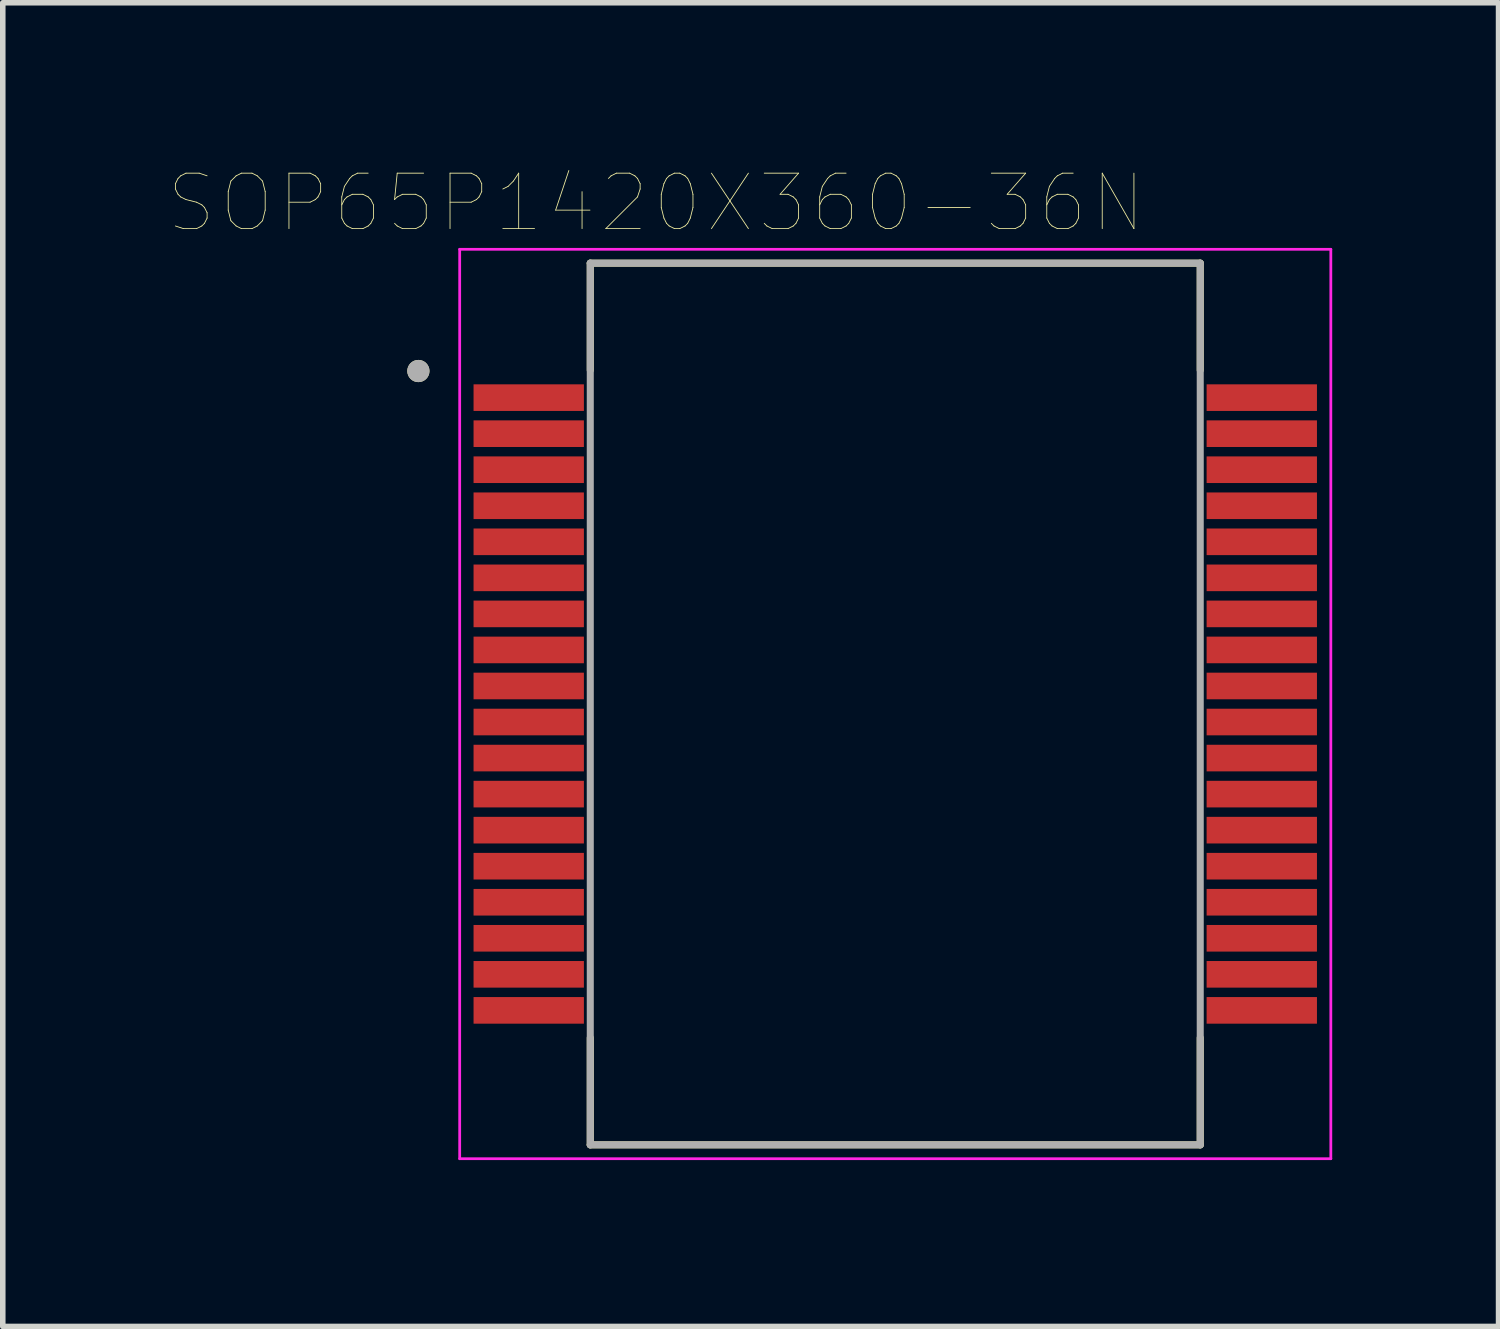
<source format=kicad_pcb>
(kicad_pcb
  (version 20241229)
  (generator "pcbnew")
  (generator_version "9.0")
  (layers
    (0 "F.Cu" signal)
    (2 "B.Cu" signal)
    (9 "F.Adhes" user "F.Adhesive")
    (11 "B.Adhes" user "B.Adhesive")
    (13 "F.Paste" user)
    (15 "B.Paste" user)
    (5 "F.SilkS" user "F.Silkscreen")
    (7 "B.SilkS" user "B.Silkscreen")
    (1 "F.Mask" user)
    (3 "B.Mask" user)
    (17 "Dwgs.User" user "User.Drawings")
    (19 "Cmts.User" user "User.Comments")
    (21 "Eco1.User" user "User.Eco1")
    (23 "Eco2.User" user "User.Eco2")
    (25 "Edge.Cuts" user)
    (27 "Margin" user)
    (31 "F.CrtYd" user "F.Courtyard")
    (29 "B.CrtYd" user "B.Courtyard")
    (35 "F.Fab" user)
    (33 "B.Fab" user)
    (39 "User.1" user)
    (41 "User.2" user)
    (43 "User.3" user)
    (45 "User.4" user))
  (footprint "SOP65P1420X360-36N"
    (layer "F.Cu")
    (at 13.095 9.646)
    (property "Reference" "SOP65P1420X360-36N" (at -4.315 -9.035 0) (layer "F.SilkS") (effects (font (size 1 1) (thickness 0.015))))
    (attr through_hole)
    (fp_line (start -5.5 -7.95) (end -5.5 -6.02) (stroke (width 0.127) (type solid)) (layer "F.SilkS"))
    (fp_line (start -5.5 -7.95) (end 5.5 -7.95) (stroke (width 0.127) (type solid)) (layer "F.SilkS"))
    (fp_line (start -5.5 7.95) (end -5.5 6.02) (stroke (width 0.127) (type solid)) (layer "F.SilkS"))
    (fp_line (start -5.5 7.95) (end 5.5 7.95) (stroke (width 0.127) (type solid)) (layer "F.SilkS"))
    (fp_line (start 5.5 -7.95) (end 5.5 -6.02) (stroke (width 0.127) (type solid)) (layer "F.SilkS"))
    (fp_line (start 5.5 7.95) (end 5.5 6.02) (stroke (width 0.127) (type solid)) (layer "F.SilkS"))
    (fp_circle (center -8.6 -6.005) (end -8.5 -6.005) (stroke (width 0.2) (type solid)) (fill no) (layer "F.SilkS"))
    (fp_line (start -7.855 -8.2) (end -7.855 8.2) (stroke (width 0.05) (type solid)) (layer "F.CrtYd"))
    (fp_line (start -7.855 -8.2) (end 7.855 -8.2) (stroke (width 0.05) (type solid)) (layer "F.CrtYd"))
    (fp_line (start -7.855 8.2) (end 7.855 8.2) (stroke (width 0.05) (type solid)) (layer "F.CrtYd"))
    (fp_line (start 7.855 -8.2) (end 7.855 8.2) (stroke (width 0.05) (type solid)) (layer "F.CrtYd"))
    (fp_line (start -5.5 -7.95) (end -5.5 7.95) (stroke (width 0.127) (type solid)) (layer "F.Fab"))
    (fp_line (start -5.5 -7.95) (end 5.5 -7.95) (stroke (width 0.127) (type solid)) (layer "F.Fab"))
    (fp_line (start -5.5 7.95) (end 5.5 7.95) (stroke (width 0.127) (type solid)) (layer "F.Fab"))
    (fp_line (start 5.5 -7.95) (end 5.5 7.95) (stroke (width 0.127) (type solid)) (layer "F.Fab"))
    (fp_circle (center -8.6 -6.005) (end -8.5 -6.005) (stroke (width 0.2) (type solid)) (fill no) (layer "F.Fab"))
    (pad "1" smd rect (at -6.61 -5.525) (size 1.99 0.48) (layers "F.Cu" "F.Mask" "F.Paste"))
    (pad "2" smd rect (at -6.61 -4.875) (size 1.99 0.48) (layers "F.Cu" "F.Mask" "F.Paste"))
    (pad "3" smd rect (at -6.61 -4.225) (size 1.99 0.48) (layers "F.Cu" "F.Mask" "F.Paste"))
    (pad "4" smd rect (at -6.61 -3.575) (size 1.99 0.48) (layers "F.Cu" "F.Mask" "F.Paste"))
    (pad "5" smd rect (at -6.61 -2.925) (size 1.99 0.48) (layers "F.Cu" "F.Mask" "F.Paste"))
    (pad "6" smd rect (at -6.61 -2.275) (size 1.99 0.48) (layers "F.Cu" "F.Mask" "F.Paste"))
    (pad "7" smd rect (at -6.61 -1.625) (size 1.99 0.48) (layers "F.Cu" "F.Mask" "F.Paste"))
    (pad "8" smd rect (at -6.61 -0.975) (size 1.99 0.48) (layers "F.Cu" "F.Mask" "F.Paste"))
    (pad "9" smd rect (at -6.61 -0.325) (size 1.99 0.48) (layers "F.Cu" "F.Mask" "F.Paste"))
    (pad "10" smd rect (at -6.61 0.325) (size 1.99 0.48) (layers "F.Cu" "F.Mask" "F.Paste"))
    (pad "11" smd rect (at -6.61 0.975) (size 1.99 0.48) (layers "F.Cu" "F.Mask" "F.Paste"))
    (pad "12" smd rect (at -6.61 1.625) (size 1.99 0.48) (layers "F.Cu" "F.Mask" "F.Paste"))
    (pad "13" smd rect (at -6.61 2.275) (size 1.99 0.48) (layers "F.Cu" "F.Mask" "F.Paste"))
    (pad "14" smd rect (at -6.61 2.925) (size 1.99 0.48) (layers "F.Cu" "F.Mask" "F.Paste"))
    (pad "15" smd rect (at -6.61 3.575) (size 1.99 0.48) (layers "F.Cu" "F.Mask" "F.Paste"))
    (pad "16" smd rect (at -6.61 4.225) (size 1.99 0.48) (layers "F.Cu" "F.Mask" "F.Paste"))
    (pad "17" smd rect (at -6.61 4.875) (size 1.99 0.48) (layers "F.Cu" "F.Mask" "F.Paste"))
    (pad "18" smd rect (at -6.61 5.525) (size 1.99 0.48) (layers "F.Cu" "F.Mask" "F.Paste"))
    (pad "19" smd rect (at 6.61 5.525) (size 1.99 0.48) (layers "F.Cu" "F.Mask" "F.Paste"))
    (pad "20" smd rect (at 6.61 4.875) (size 1.99 0.48) (layers "F.Cu" "F.Mask" "F.Paste"))
    (pad "21" smd rect (at 6.61 4.225) (size 1.99 0.48) (layers "F.Cu" "F.Mask" "F.Paste"))
    (pad "22" smd rect (at 6.61 3.575) (size 1.99 0.48) (layers "F.Cu" "F.Mask" "F.Paste"))
    (pad "23" smd rect (at 6.61 2.925) (size 1.99 0.48) (layers "F.Cu" "F.Mask" "F.Paste"))
    (pad "24" smd rect (at 6.61 2.275) (size 1.99 0.48) (layers "F.Cu" "F.Mask" "F.Paste"))
    (pad "25" smd rect (at 6.61 1.625) (size 1.99 0.48) (layers "F.Cu" "F.Mask" "F.Paste"))
    (pad "26" smd rect (at 6.61 0.975) (size 1.99 0.48) (layers "F.Cu" "F.Mask" "F.Paste"))
    (pad "27" smd rect (at 6.61 0.325) (size 1.99 0.48) (layers "F.Cu" "F.Mask" "F.Paste"))
    (pad "28" smd rect (at 6.61 -0.325) (size 1.99 0.48) (layers "F.Cu" "F.Mask" "F.Paste"))
    (pad "29" smd rect (at 6.61 -0.975) (size 1.99 0.48) (layers "F.Cu" "F.Mask" "F.Paste"))
    (pad "30" smd rect (at 6.61 -1.625) (size 1.99 0.48) (layers "F.Cu" "F.Mask" "F.Paste"))
    (pad "31" smd rect (at 6.61 -2.275) (size 1.99 0.48) (layers "F.Cu" "F.Mask" "F.Paste"))
    (pad "32" smd rect (at 6.61 -2.925) (size 1.99 0.48) (layers "F.Cu" "F.Mask" "F.Paste"))
    (pad "33" smd rect (at 6.61 -3.575) (size 1.99 0.48) (layers "F.Cu" "F.Mask" "F.Paste"))
    (pad "34" smd rect (at 6.61 -4.225) (size 1.99 0.48) (layers "F.Cu" "F.Mask" "F.Paste"))
    (pad "35" smd rect (at 6.61 -4.875) (size 1.99 0.48) (layers "F.Cu" "F.Mask" "F.Paste"))
    (pad "36" smd rect (at 6.61 -5.525) (size 1.99 0.48) (layers "F.Cu" "F.Mask" "F.Paste")))
  (gr_rect
    (start -3 -3)
    (end 23.975 20.871)
    (stroke (width 0.1) (type default))
    (fill no)
    (layer "Edge.Cuts")))
</source>
